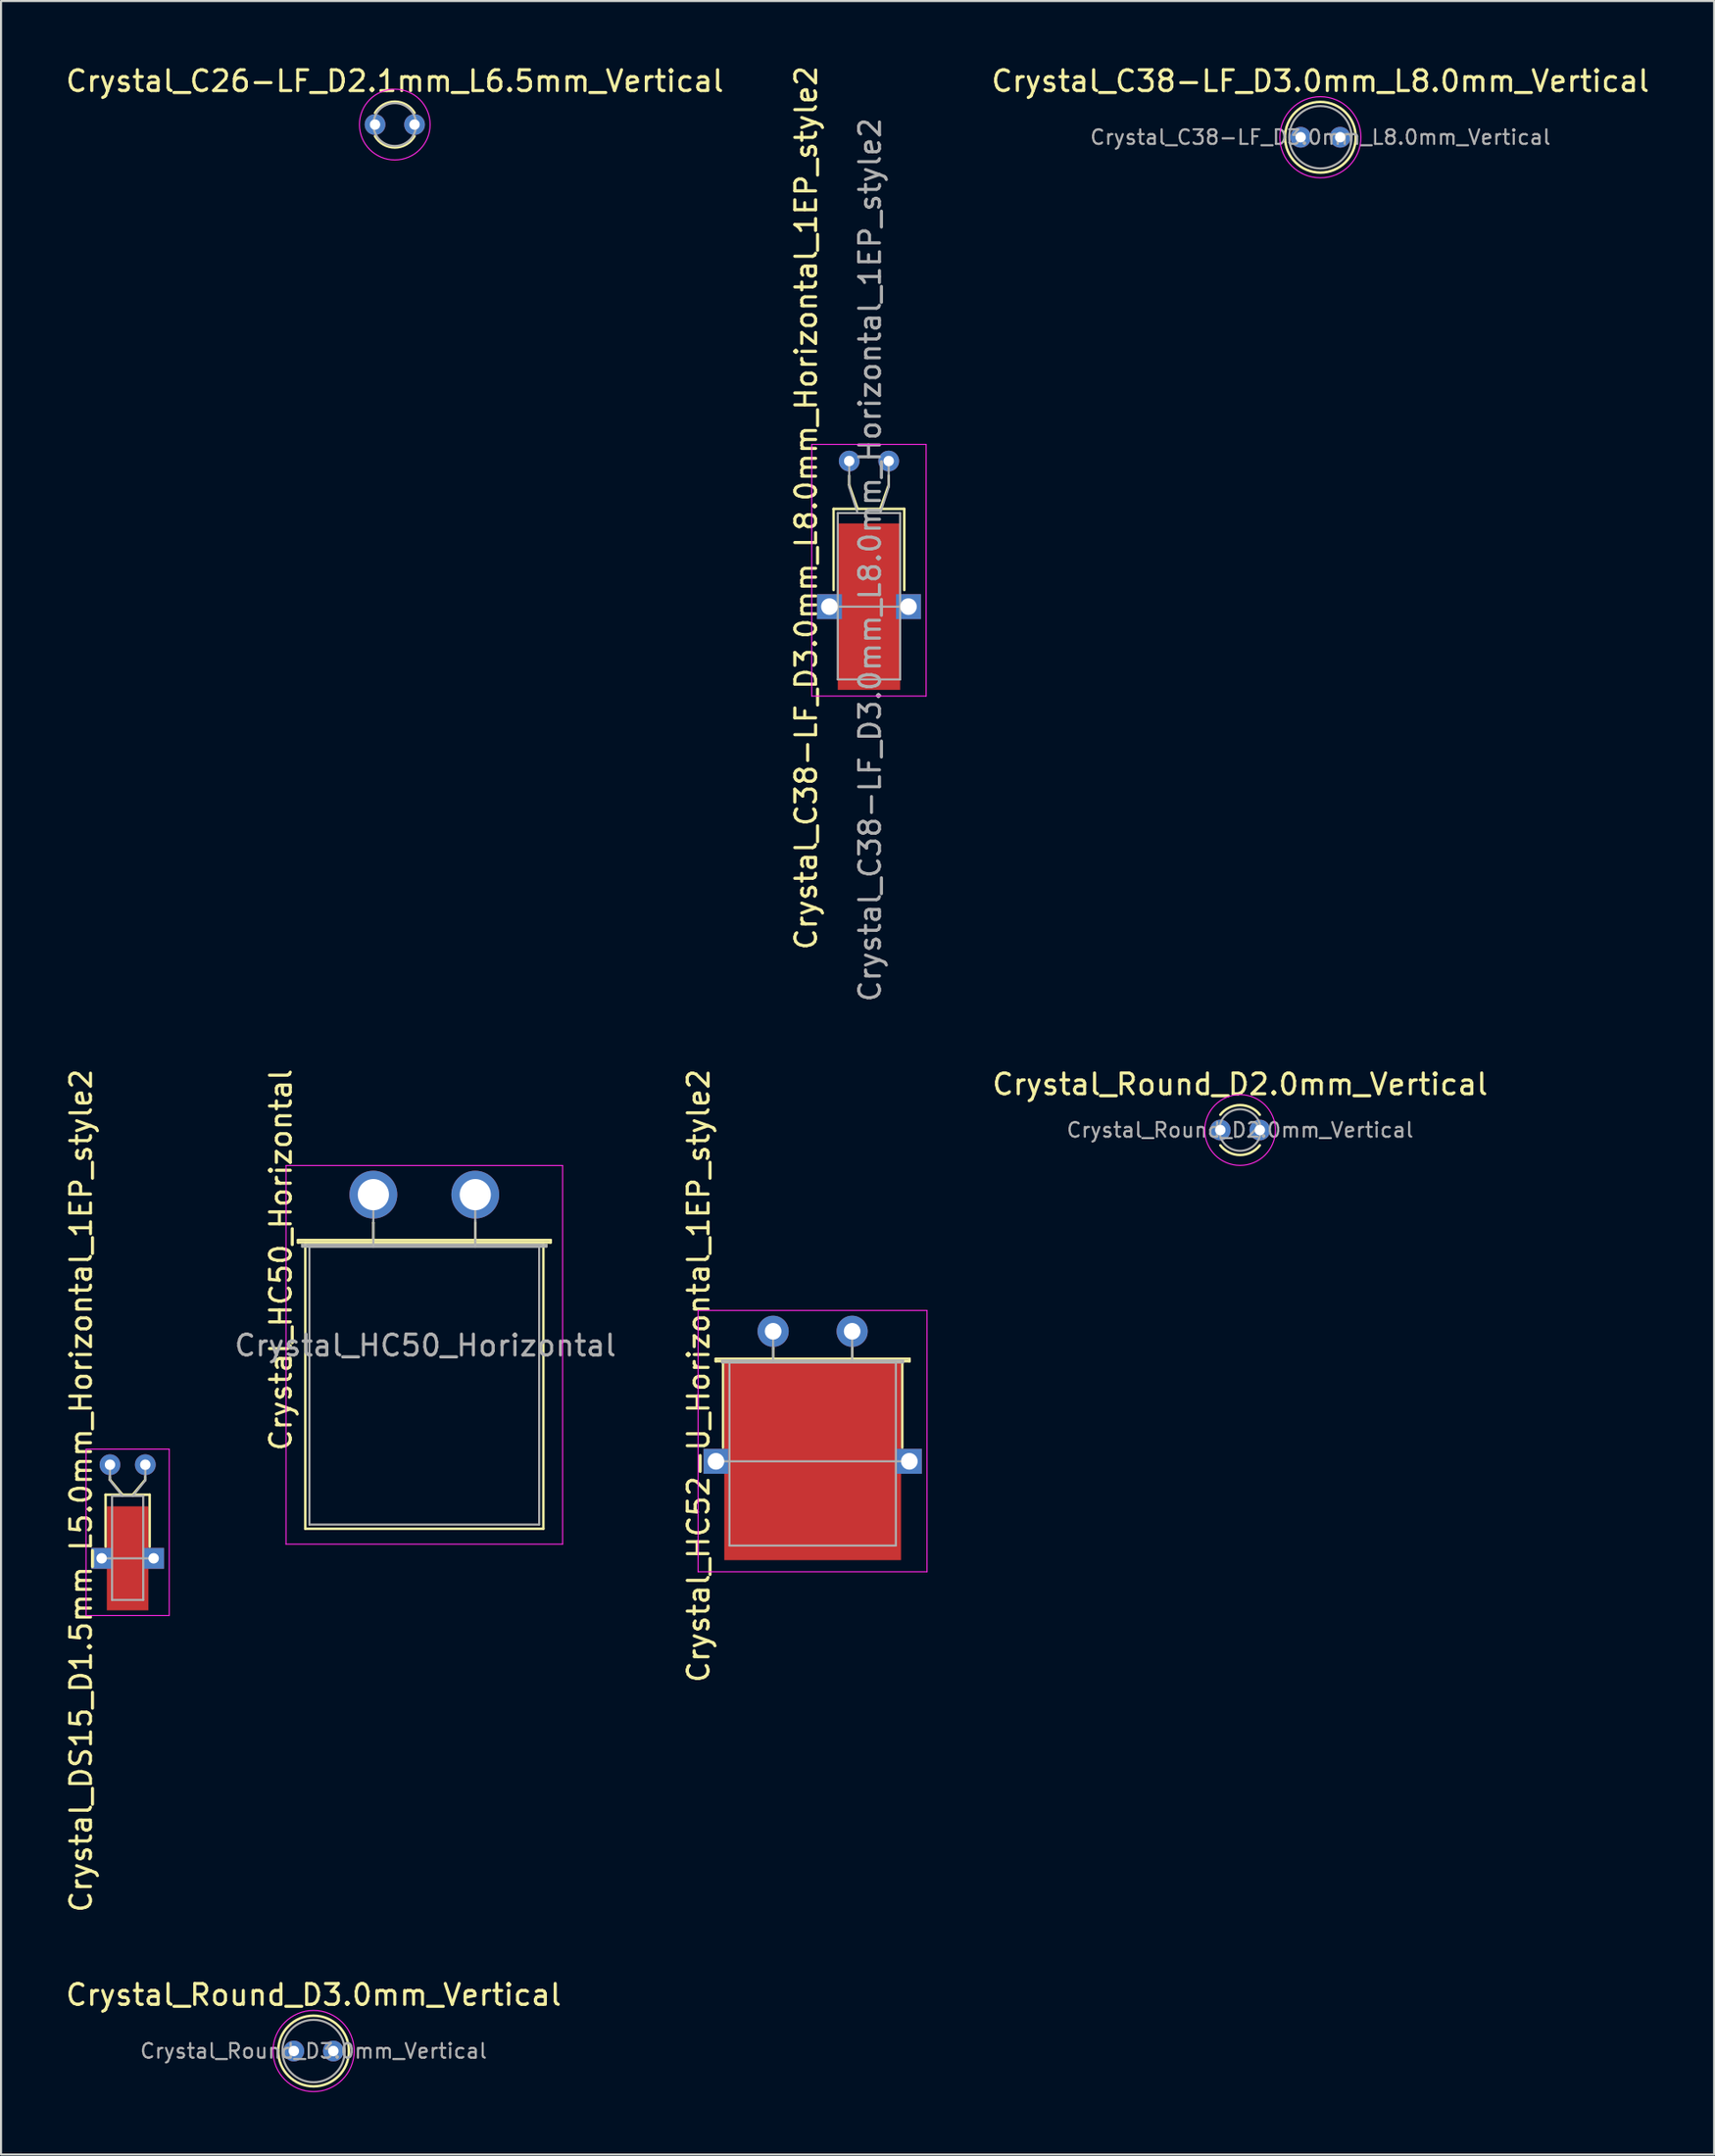
<source format=kicad_pcb>
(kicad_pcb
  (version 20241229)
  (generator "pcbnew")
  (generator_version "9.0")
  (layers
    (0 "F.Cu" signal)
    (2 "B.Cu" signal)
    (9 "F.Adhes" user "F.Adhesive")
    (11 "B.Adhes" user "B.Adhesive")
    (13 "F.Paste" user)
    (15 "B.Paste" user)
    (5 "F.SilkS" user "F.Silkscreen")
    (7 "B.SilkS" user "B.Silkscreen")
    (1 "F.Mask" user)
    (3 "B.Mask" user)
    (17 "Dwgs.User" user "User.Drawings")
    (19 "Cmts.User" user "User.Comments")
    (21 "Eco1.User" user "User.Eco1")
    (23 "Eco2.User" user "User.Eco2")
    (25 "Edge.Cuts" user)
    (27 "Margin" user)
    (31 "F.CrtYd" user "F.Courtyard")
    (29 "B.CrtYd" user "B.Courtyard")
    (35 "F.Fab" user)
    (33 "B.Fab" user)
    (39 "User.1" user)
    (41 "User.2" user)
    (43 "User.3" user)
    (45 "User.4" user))
  (footprint "Crystal_HC52-U_Horizontal_1EP_style2"
    (layer "F.Cu")
    (at 34.13 60.949)
    (property "Reference" "Crystal_HC52-U_Horizontal_1EP_style2" (at -3.585 2.14 90) (layer "F.SilkS") (effects (font (size 1 1) (thickness 0.15))))
    (attr through_hole)
    (fp_line (start -2.76 1.32) (end 6.56 1.32) (stroke (width 0.12) (type solid)) (layer "F.SilkS"))
    (fp_line (start -2.76 1.44) (end -2.76 1.32) (stroke (width 0.12) (type solid)) (layer "F.SilkS"))
    (fp_line (start -2.41 1.44) (end 6.21 1.44) (stroke (width 0.12) (type solid)) (layer "F.SilkS"))
    (fp_line (start -2.41 5.59) (end -2.41 1.44) (stroke (width 0.12) (type solid)) (layer "F.SilkS"))
    (fp_line (start 0 0.81) (end 0 0.81) (stroke (width 0.12) (type solid)) (layer "F.SilkS"))
    (fp_line (start 0 1.44) (end 0 0.81) (stroke (width 0.12) (type solid)) (layer "F.SilkS"))
    (fp_line (start 3.8 0.81) (end 3.8 0.81) (stroke (width 0.12) (type solid)) (layer "F.SilkS"))
    (fp_line (start 3.8 1.44) (end 3.8 0.81) (stroke (width 0.12) (type solid)) (layer "F.SilkS"))
    (fp_line (start 6.21 1.44) (end 6.21 5.59) (stroke (width 0.12) (type solid)) (layer "F.SilkS"))
    (fp_line (start 6.56 1.32) (end 6.56 1.44) (stroke (width 0.12) (type solid)) (layer "F.SilkS"))
    (fp_line (start 6.56 1.44) (end -2.76 1.44) (stroke (width 0.12) (type solid)) (layer "F.SilkS"))
    (fp_line (start -3.61 -1) (end -3.61 11.56) (stroke (width 0.05) (type solid)) (layer "F.CrtYd"))
    (fp_line (start -3.61 11.56) (end 7.4 11.56) (stroke (width 0.05) (type solid)) (layer "F.CrtYd"))
    (fp_line (start 7.4 -1) (end -3.61 -1) (stroke (width 0.05) (type solid)) (layer "F.CrtYd"))
    (fp_line (start 7.4 11.56) (end 7.4 -1) (stroke (width 0.05) (type solid)) (layer "F.CrtYd"))
    (fp_line (start -2.75 6.25) (end 6.55 6.25) (stroke (width 0.1) (type solid)) (layer "F.Fab"))
    (fp_line (start -2.45 1.4) (end 6.25 1.4) (stroke (width 0.1) (type solid)) (layer "F.Fab"))
    (fp_line (start -2.45 1.5) (end -2.45 1.4) (stroke (width 0.1) (type solid)) (layer "F.Fab"))
    (fp_line (start -2.1 1.5) (end -2.1 10.3) (stroke (width 0.1) (type solid)) (layer "F.Fab"))
    (fp_line (start -2.1 10.3) (end 5.9 10.3) (stroke (width 0.1) (type solid)) (layer "F.Fab"))
    (fp_line (start 0 0.75) (end 0 0) (stroke (width 0.1) (type solid)) (layer "F.Fab"))
    (fp_line (start 0 1.5) (end 0 0.75) (stroke (width 0.1) (type solid)) (layer "F.Fab"))
    (fp_line (start 3.8 0.75) (end 3.8 0) (stroke (width 0.1) (type solid)) (layer "F.Fab"))
    (fp_line (start 3.8 1.5) (end 3.8 0.75) (stroke (width 0.1) (type solid)) (layer "F.Fab"))
    (fp_line (start 5.9 1.5) (end -2.1 1.5) (stroke (width 0.1) (type solid)) (layer "F.Fab"))
    (fp_line (start 5.9 10.3) (end 5.9 1.5) (stroke (width 0.1) (type solid)) (layer "F.Fab"))
    (fp_line (start 6.25 1.4) (end 6.25 1.5) (stroke (width 0.1) (type solid)) (layer "F.Fab"))
    (fp_line (start 6.25 1.5) (end -2.45 1.5) (stroke (width 0.1) (type solid)) (layer "F.Fab"))
    (pad "1" thru_hole circle (at 0 0) (size 1.5 1.5) (drill 0.8) (layers "*.Cu" "*.Mask"))
    (pad "2" thru_hole circle (at 3.8 0) (size 1.5 1.5) (drill 0.8) (layers "*.Cu" "*.Mask"))
    (pad "3" thru_hole rect (at -2.75 6.25) (size 1.2 1.2) (drill 0.8) (layers "*.Cu" "*.Mask"))
    (pad "3" smd rect (at 1.9 6.25) (size 8.5 9.5) (layers "F.Cu" "F.Mask"))
    (pad "3" thru_hole rect (at 6.55 6.25) (size 1.2 1.2) (drill 0.8) (layers "*.Cu" "*.Mask")))
  (footprint "Crystal_C26-LF_D2.1mm_L6.5mm_Vertical"
    (layer "F.Cu")
    (at 14.985 2.938)
    (property "Reference" "Crystal_C26-LF_D2.1mm_L6.5mm_Vertical" (at 0.95 -2.09 0) (layer "F.SilkS") (effects (font (size 1 1) (thickness 0.15))))
    (attr through_hole)
    (fp_arc (start 0 -0.56) (mid 0.949983 -1.102769) (end 1.899982 -0.56003) (stroke (width 0.12) (type solid)) (layer "F.SilkS"))
    (fp_arc (start 1.899982 0.56003) (mid 0.949983 1.102769) (end 0 0.56) (stroke (width 0.12) (type solid)) (layer "F.SilkS"))
    (fp_circle (center 0.95 0) (end 2.65 0) (stroke (width 0.05) (type solid)) (fill no) (layer "F.CrtYd"))
    (fp_circle (center 0.95 0) (end 1.98 0) (stroke (width 0.1) (type solid)) (fill no) (layer "F.Fab"))
    (pad "1" thru_hole circle (at 0 0) (size 1 1) (drill 0.5) (layers "*.Cu" "*.Mask"))
    (pad "2" thru_hole circle (at 1.9 0) (size 1 1) (drill 0.5) (layers "*.Cu" "*.Mask")))
  (footprint "Crystal_C38-LF_D3.0mm_L8.0mm_Vertical"
    (layer "F.Cu")
    (at 59.497 3.548)
    (property "Reference" "Crystal_C38-LF_D3.0mm_L8.0mm_Vertical" (at 0.95 -2.7 0) (layer "F.SilkS") (effects (font (size 1 1) (thickness 0.15))))
    (attr through_hole)
    (fp_arc (start -0.75 0) (mid 0.95 -1.7) (end 2.65 0) (stroke (width 0.12) (type solid)) (layer "F.SilkS"))
    (fp_arc (start 2.65 0) (mid 0.95 1.7) (end -0.75 0) (stroke (width 0.12) (type solid)) (layer "F.SilkS"))
    (fp_circle (center 0.95 0) (end 2.9 0) (stroke (width 0.05) (type solid)) (fill no) (layer "F.CrtYd"))
    (fp_circle (center 0.95 0) (end 2.45 0) (stroke (width 0.1) (type solid)) (fill no) (layer "F.Fab"))
    (fp_text user "${REFERENCE}" (at 0.95 0 0) (layer "F.Fab") (effects (font (size 0.7 0.7) (thickness 0.105))))
    (pad "1" thru_hole circle (at 0 0) (size 1 1) (drill 0.5) (layers "*.Cu" "*.Mask"))
    (pad "2" thru_hole circle (at 1.9 0) (size 1 1) (drill 0.5) (layers "*.Cu" "*.Mask")))
  (footprint "Crystal_DS15_D1.5mm_L5.0mm_Horizontal_1EP_style2"
    (layer "F.Cu")
    (at 2.238 67.363)
    (property "Reference" "Crystal_DS15_D1.5mm_L5.0mm_Horizontal_1EP_style2" (at -1.39 1.25 90) (layer "F.SilkS") (effects (font (size 1 1) (thickness 0.15))))
    (attr through_hole)
    (fp_line (start -0.21 1.44) (end 1.91 1.44) (stroke (width 0.12) (type solid)) (layer "F.SilkS"))
    (fp_line (start -0.21 3.94) (end -0.21 1.44) (stroke (width 0.12) (type solid)) (layer "F.SilkS"))
    (fp_line (start 0 0.72) (end 0 0.56) (stroke (width 0.12) (type solid)) (layer "F.SilkS"))
    (fp_line (start 0.6 1.44) (end 0 0.72) (stroke (width 0.12) (type solid)) (layer "F.SilkS"))
    (fp_line (start 1.1 1.44) (end 1.7 0.72) (stroke (width 0.12) (type solid)) (layer "F.SilkS"))
    (fp_line (start 1.7 0.72) (end 1.7 0.56) (stroke (width 0.12) (type solid)) (layer "F.SilkS"))
    (fp_line (start 1.91 1.44) (end 1.91 3.94) (stroke (width 0.12) (type solid)) (layer "F.SilkS"))
    (fp_line (start -1.15 -0.75) (end -1.15 7.25) (stroke (width 0.05) (type solid)) (layer "F.CrtYd"))
    (fp_line (start -1.15 7.25) (end 2.85 7.25) (stroke (width 0.05) (type solid)) (layer "F.CrtYd"))
    (fp_line (start 2.85 -0.75) (end -1.15 -0.75) (stroke (width 0.05) (type solid)) (layer "F.CrtYd"))
    (fp_line (start 2.85 7.25) (end 2.85 -0.75) (stroke (width 0.05) (type solid)) (layer "F.CrtYd"))
    (fp_line (start -0.4 4.5) (end 2.1 4.5) (stroke (width 0.1) (type solid)) (layer "F.Fab"))
    (fp_line (start 0 0.75) (end 0 0) (stroke (width 0.1) (type solid)) (layer "F.Fab"))
    (fp_line (start 0.1 1.5) (end 0.1 6.5) (stroke (width 0.1) (type solid)) (layer "F.Fab"))
    (fp_line (start 0.1 6.5) (end 1.6 6.5) (stroke (width 0.1) (type solid)) (layer "F.Fab"))
    (fp_line (start 0.6 1.5) (end 0 0.75) (stroke (width 0.1) (type solid)) (layer "F.Fab"))
    (fp_line (start 1.1 1.5) (end 1.7 0.75) (stroke (width 0.1) (type solid)) (layer "F.Fab"))
    (fp_line (start 1.6 1.5) (end 0.1 1.5) (stroke (width 0.1) (type solid)) (layer "F.Fab"))
    (fp_line (start 1.6 6.5) (end 1.6 1.5) (stroke (width 0.1) (type solid)) (layer "F.Fab"))
    (fp_line (start 1.7 0.75) (end 1.7 0) (stroke (width 0.1) (type solid)) (layer "F.Fab"))
    (pad "1" thru_hole circle (at 0 0) (size 1 1) (drill 0.5) (layers "*.Cu" "*.Mask"))
    (pad "2" thru_hole circle (at 1.7 0) (size 1 1) (drill 0.5) (layers "*.Cu" "*.Mask"))
    (pad "3" thru_hole rect (at -0.4 4.5) (size 1 1) (drill 0.5) (layers "*.Cu" "*.Mask"))
    (pad "3" smd rect (at 0.85 4.5) (size 2 5) (layers "F.Cu" "F.Mask"))
    (pad "3" thru_hole rect (at 2.1 4.5) (size 1 1) (drill 0.5) (layers "*.Cu" "*.Mask")))
  (footprint "Crystal_C38-LF_D3.0mm_L8.0mm_Horizontal_1EP_style2"
    (layer "F.Cu")
    (at 37.787 19.113)
    (property "Reference" "Crystal_C38-LF_D3.0mm_L8.0mm_Horizontal_1EP_style2" (at -2.07 2.25 90) (layer "F.SilkS") (effects (font (size 1 1) (thickness 0.15))))
    (attr through_hole)
    (fp_line (start -0.75 2.3) (end 2.65 2.3) (stroke (width 0.12) (type solid)) (layer "F.SilkS"))
    (fp_line (start -0.75 6.2) (end -0.75 2.3) (stroke (width 0.12) (type solid)) (layer "F.SilkS"))
    (fp_line (start 0 1.15) (end 0 0.7) (stroke (width 0.12) (type solid)) (layer "F.SilkS"))
    (fp_line (start 0.405 2.3) (end 0 1.15) (stroke (width 0.12) (type solid)) (layer "F.SilkS"))
    (fp_line (start 1.495 2.3) (end 1.9 1.15) (stroke (width 0.12) (type solid)) (layer "F.SilkS"))
    (fp_line (start 1.9 1.15) (end 1.9 0.7) (stroke (width 0.12) (type solid)) (layer "F.SilkS"))
    (fp_line (start 2.65 2.3) (end 2.65 6.2) (stroke (width 0.12) (type solid)) (layer "F.SilkS"))
    (fp_line (start -1.8 -0.8) (end -1.8 11.3) (stroke (width 0.05) (type solid)) (layer "F.CrtYd"))
    (fp_line (start -1.8 11.3) (end 3.7 11.3) (stroke (width 0.05) (type solid)) (layer "F.CrtYd"))
    (fp_line (start 3.7 -0.8) (end -1.8 -0.8) (stroke (width 0.05) (type solid)) (layer "F.CrtYd"))
    (fp_line (start 3.7 11.3) (end 3.7 -0.8) (stroke (width 0.05) (type solid)) (layer "F.CrtYd"))
    (fp_line (start -0.95 7) (end 2.85 7) (stroke (width 0.1) (type solid)) (layer "F.Fab"))
    (fp_line (start -0.55 2.5) (end -0.55 10.5) (stroke (width 0.1) (type solid)) (layer "F.Fab"))
    (fp_line (start -0.55 10.5) (end 2.45 10.5) (stroke (width 0.1) (type solid)) (layer "F.Fab"))
    (fp_line (start 0 1.25) (end 0 0) (stroke (width 0.1) (type solid)) (layer "F.Fab"))
    (fp_line (start 0.405 2.5) (end 0 1.25) (stroke (width 0.1) (type solid)) (layer "F.Fab"))
    (fp_line (start 1.495 2.5) (end 1.9 1.25) (stroke (width 0.1) (type solid)) (layer "F.Fab"))
    (fp_line (start 1.9 1.25) (end 1.9 0) (stroke (width 0.1) (type solid)) (layer "F.Fab"))
    (fp_line (start 2.45 2.5) (end -0.55 2.5) (stroke (width 0.1) (type solid)) (layer "F.Fab"))
    (fp_line (start 2.45 10.5) (end 2.45 2.5) (stroke (width 0.1) (type solid)) (layer "F.Fab"))
    (fp_text user "${REFERENCE}" (at 1 4.75 90) (layer "F.Fab") (effects (font (size 1 1) (thickness 0.15))))
    (pad "1" thru_hole circle (at 0 0) (size 1 1) (drill 0.5) (layers "*.Cu" "*.Mask"))
    (pad "2" thru_hole circle (at 1.9 0) (size 1 1) (drill 0.5) (layers "*.Cu" "*.Mask"))
    (pad "3" thru_hole rect (at -0.95 7) (size 1.2 1.2) (drill 0.8) (layers "*.Cu" "*.Mask"))
    (pad "3" smd rect (at 0.95 7) (size 3 8) (layers "F.Cu" "F.Mask" "F.Paste"))
    (pad "3" thru_hole rect (at 2.85 7) (size 1.2 1.2) (drill 0.8) (layers "*.Cu" "*.Mask")))
  (footprint "Crystal_Round_D3.0mm_Vertical"
    (layer "F.Cu")
    (at 11.08 95.548)
    (property "Reference" "Crystal_Round_D3.0mm_Vertical" (at 0.95 -2.7 0) (layer "F.SilkS") (effects (font (size 1 1) (thickness 0.15))))
    (attr through_hole)
    (fp_arc (start -0.75 0) (mid 0.95 -1.7) (end 2.65 0) (stroke (width 0.12) (type solid)) (layer "F.SilkS"))
    (fp_arc (start 2.65 0) (mid 0.95 1.7) (end -0.75 0) (stroke (width 0.12) (type solid)) (layer "F.SilkS"))
    (fp_circle (center 0.95 0) (end 2.9 0) (stroke (width 0.05) (type solid)) (fill no) (layer "F.CrtYd"))
    (fp_circle (center 0.95 0) (end 2.45 0) (stroke (width 0.1) (type solid)) (fill no) (layer "F.Fab"))
    (fp_text user "${REFERENCE}" (at 0.95 0 0) (layer "F.Fab") (effects (font (size 0.7 0.7) (thickness 0.105))))
    (pad "1" thru_hole circle (at 0 0) (size 1 1) (drill 0.5) (layers "*.Cu" "*.Mask"))
    (pad "2" thru_hole circle (at 1.9 0) (size 1 1) (drill 0.5) (layers "*.Cu" "*.Mask")))
  (footprint "Crystal_HC50_Horizontal"
    (layer "F.Cu")
    (at 14.905 54.38)
    (property "Reference" "Crystal_HC50_Horizontal" (at -4.45 3.138 90) (layer "F.SilkS") (effects (font (size 1 1) (thickness 0.15))))
    (attr through_hole)
    (fp_line (start -3.625 2.18) (end 8.525 2.18) (stroke (width 0.12) (type solid)) (layer "F.SilkS"))
    (fp_line (start -3.625 2.3) (end -3.625 2.18) (stroke (width 0.12) (type solid)) (layer "F.SilkS"))
    (fp_line (start -3.275 2.3) (end -3.275 16.06) (stroke (width 0.12) (type solid)) (layer "F.SilkS"))
    (fp_line (start -3.275 16.06) (end 8.175 16.06) (stroke (width 0.12) (type solid)) (layer "F.SilkS"))
    (fp_line (start 0 1.35) (end 0 1.35) (stroke (width 0.12) (type solid)) (layer "F.SilkS"))
    (fp_line (start 0 2.3) (end 0 1.35) (stroke (width 0.12) (type solid)) (layer "F.SilkS"))
    (fp_line (start 4.9 1.35) (end 4.9 1.35) (stroke (width 0.12) (type solid)) (layer "F.SilkS"))
    (fp_line (start 4.9 2.3) (end 4.9 1.35) (stroke (width 0.12) (type solid)) (layer "F.SilkS"))
    (fp_line (start 8.175 2.3) (end -3.275 2.3) (stroke (width 0.12) (type solid)) (layer "F.SilkS"))
    (fp_line (start 8.175 16.06) (end 8.175 2.3) (stroke (width 0.12) (type solid)) (layer "F.SilkS"))
    (fp_line (start 8.525 2.18) (end 8.525 2.3) (stroke (width 0.12) (type solid)) (layer "F.SilkS"))
    (fp_line (start 8.525 2.3) (end -3.625 2.3) (stroke (width 0.12) (type solid)) (layer "F.SilkS"))
    (fp_line (start -4.2 -1.4) (end -4.2 16.8) (stroke (width 0.05) (type solid)) (layer "F.CrtYd"))
    (fp_line (start -4.2 16.8) (end 9.1 16.8) (stroke (width 0.05) (type solid)) (layer "F.CrtYd"))
    (fp_line (start 9.1 -1.4) (end -4.2 -1.4) (stroke (width 0.05) (type solid)) (layer "F.CrtYd"))
    (fp_line (start 9.1 16.8) (end 9.1 -1.4) (stroke (width 0.05) (type solid)) (layer "F.CrtYd"))
    (fp_line (start -3.425 2.4) (end 8.325 2.4) (stroke (width 0.1) (type solid)) (layer "F.Fab"))
    (fp_line (start -3.425 2.5) (end -3.425 2.4) (stroke (width 0.1) (type solid)) (layer "F.Fab"))
    (fp_line (start -3.075 2.5) (end -3.075 15.86) (stroke (width 0.1) (type solid)) (layer "F.Fab"))
    (fp_line (start -3.075 15.86) (end 7.975 15.86) (stroke (width 0.1) (type solid)) (layer "F.Fab"))
    (fp_line (start 0 1.25) (end 0 0) (stroke (width 0.1) (type solid)) (layer "F.Fab"))
    (fp_line (start 0 2.5) (end 0 1.25) (stroke (width 0.1) (type solid)) (layer "F.Fab"))
    (fp_line (start 4.9 1.25) (end 4.9 0) (stroke (width 0.1) (type solid)) (layer "F.Fab"))
    (fp_line (start 4.9 2.5) (end 4.9 1.25) (stroke (width 0.1) (type solid)) (layer "F.Fab"))
    (fp_line (start 7.975 2.5) (end -3.075 2.5) (stroke (width 0.1) (type solid)) (layer "F.Fab"))
    (fp_line (start 7.975 15.86) (end 7.975 2.5) (stroke (width 0.1) (type solid)) (layer "F.Fab"))
    (fp_line (start 8.325 2.4) (end 8.325 2.5) (stroke (width 0.1) (type solid)) (layer "F.Fab"))
    (fp_line (start 8.325 2.5) (end -3.425 2.5) (stroke (width 0.1) (type solid)) (layer "F.Fab"))
    (fp_text user "${REFERENCE}" (at 2.5 7.25 0) (layer "F.Fab") (effects (font (size 1 1) (thickness 0.15))))
    (pad "1" thru_hole circle (at 0 0) (size 2.3 2.3) (drill 1.5) (layers "*.Cu" "*.Mask"))
    (pad "2" thru_hole circle (at 4.9 0) (size 2.3 2.3) (drill 1.5) (layers "*.Cu" "*.Mask")))
  (footprint "Crystal_Round_D2.0mm_Vertical"
    (layer "F.Cu")
    (at 55.635 51.274)
    (property "Reference" "Crystal_Round_D2.0mm_Vertical" (at 0.95 -2.2 0) (layer "F.SilkS") (effects (font (size 1 1) (thickness 0.15))))
    (attr through_hole)
    (fp_arc (start 0 -0.733144) (mid 0.950178 -1.2) (end 1.900217 -0.732863) (stroke (width 0.12) (type solid)) (layer "F.SilkS"))
    (fp_arc (start 1.900217 0.732863) (mid 0.950178 1.2) (end 0 0.733144) (stroke (width 0.12) (type solid)) (layer "F.SilkS"))
    (fp_circle (center 0.95 0) (end 2.65 0) (stroke (width 0.05) (type solid)) (fill no) (layer "F.CrtYd"))
    (fp_circle (center 0.95 0) (end 1.95 0) (stroke (width 0.1) (type solid)) (fill no) (layer "F.Fab"))
    (fp_text user "${REFERENCE}" (at 0.95 0 0) (layer "F.Fab") (effects (font (size 0.7 0.7) (thickness 0.105))))
    (pad "1" thru_hole circle (at 0 0) (size 1 1) (drill 0.5) (layers "*.Cu" "*.Mask"))
    (pad "2" thru_hole circle (at 1.9 0) (size 1 1) (drill 0.5) (layers "*.Cu" "*.Mask")))
  (gr_rect
    (start -3 -3)
    (end 79.381 100.523)
    (stroke (width 0.1) (type default))
    (fill no)
    (layer "Edge.Cuts")))
</source>
